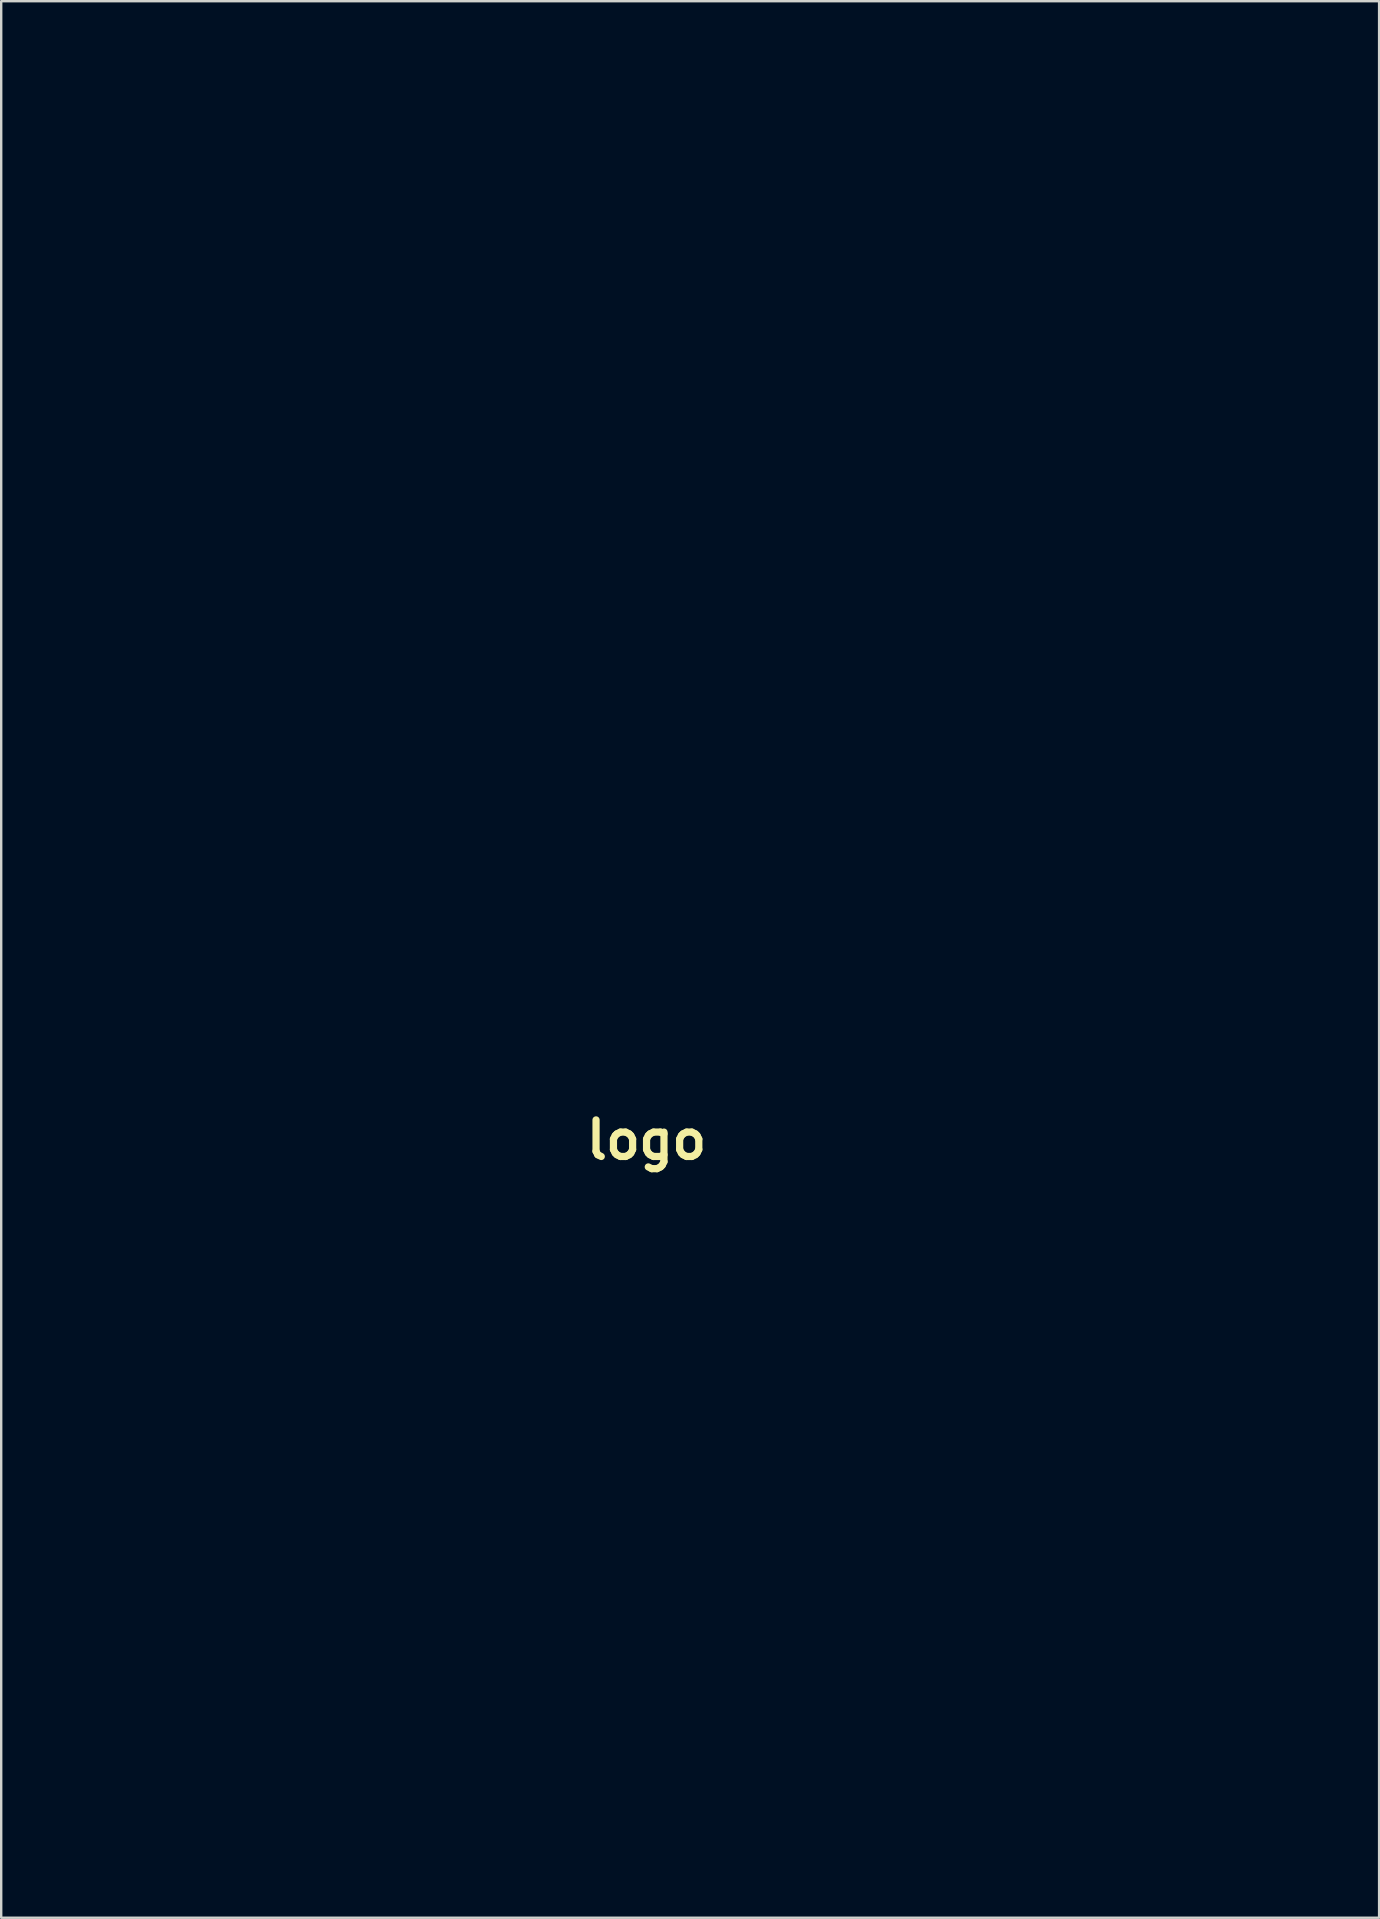
<source format=kicad_pcb>
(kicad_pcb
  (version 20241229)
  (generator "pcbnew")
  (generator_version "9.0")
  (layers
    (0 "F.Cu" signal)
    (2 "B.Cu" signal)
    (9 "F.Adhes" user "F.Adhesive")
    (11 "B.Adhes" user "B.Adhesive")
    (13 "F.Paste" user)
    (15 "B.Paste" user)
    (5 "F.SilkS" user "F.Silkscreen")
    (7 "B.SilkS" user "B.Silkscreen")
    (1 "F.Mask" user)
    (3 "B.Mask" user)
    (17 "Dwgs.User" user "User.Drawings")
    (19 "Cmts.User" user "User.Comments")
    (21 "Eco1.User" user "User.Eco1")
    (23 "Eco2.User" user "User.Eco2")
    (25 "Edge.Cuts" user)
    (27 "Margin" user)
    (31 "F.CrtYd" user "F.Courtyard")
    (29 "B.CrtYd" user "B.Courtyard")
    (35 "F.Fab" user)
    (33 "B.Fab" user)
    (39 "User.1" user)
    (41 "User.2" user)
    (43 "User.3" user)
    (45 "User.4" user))
  (footprint "logo"
    (layer "F.Cu")
    (at 23.892 44.452)
    (property "Reference" "logo" (at 0 0 0) (layer "F.SilkS") (effects (font (size 1.524 1.524) (thickness 0.3))))
    (attr through_hole)
    (fp_poly (pts (xy 20.96 -43.583) (xy 21.394 -41.584) (xy 21.685 -39.42) (xy 21.801 -37.336) (xy 21.801 -37.173) (xy 21.802 -35.082) (xy 17.48 -23.732) (xy 16.494 -21.134) (xy 15.656 -18.906) (xy 14.958 -17.026) (xy 14.392 -15.473) (xy 13.951 -14.223) (xy 13.627 -13.253) (xy 13.41 -12.541) (xy 13.295 -12.065) (xy 13.271 -11.803) (xy 13.274 -11.788) (xy 13.427 -11.392) (xy 13.627 -11.281) (xy 14.76 -11.673) (xy 15.676 -11.912) (xy 16.544 -12.028) (xy 17.529 -12.046) (xy 18.171 -12.025) (xy 19.214 -11.963) (xy 19.993 -11.857) (xy 20.666 -11.671) (xy 21.391 -11.369) (xy 21.696 -11.225) (xy 23.371 -10.192) (xy 24.798 -8.855) (xy 25.95 -7.27) (xy 26.805 -5.491) (xy 27.336 -3.574) (xy 27.521 -1.573) (xy 27.334 0.456) (xy 27.184 1.134) (xy 26.449 3.322) (xy 25.429 5.226) (xy 24.106 6.861) (xy 22.465 8.246) (xy 20.486 9.396) (xy 18.155 10.327) (xy 17.566 10.513) (xy 14.922 11.308) (xy 8.413 11.316) (xy 1.904 11.324) (xy 1.581 12.488) (xy 1.384 13.138) (xy 1.081 14.065) (xy 0.713 15.15) (xy 0.318 16.274) (xy 0.287 16.362) (xy -0.061 17.359) (xy -0.337 18.207) (xy -0.518 18.83) (xy -0.582 19.153) (xy -0.576 19.179) (xy -0.449 19.043) (xy -0.179 18.594) (xy 0.193 17.901) (xy 0.628 17.034) (xy 0.645 16.999) (xy 1.14 15.983) (xy 1.483 15.29) (xy 1.706 14.865) (xy 1.845 14.65) (xy 1.931 14.59) (xy 1.999 14.628) (xy 2.035 14.664) (xy 2.049 14.936) (xy 1.929 15.514) (xy 1.7 16.31) (xy 1.391 17.239) (xy 1.03 18.216) (xy 0.642 19.154) (xy 0.514 19.44) (xy -0.465 21.27) (xy -1.678 22.977) (xy -3.198 24.657) (xy -3.913 25.349) (xy -5.797 26.884) (xy -7.8 28.091) (xy -9.849 28.929) (xy -10.469 29.104) (xy -11.865 29.336) (xy -13.43 29.405) (xy -14.99 29.314) (xy -16.37 29.065) (xy -16.655 28.983) (xy -18.506 28.18) (xy -20.157 27.025) (xy -21.566 25.559) (xy -22.692 23.823) (xy -23.294 22.458) (xy -23.619 21.521) (xy -23.807 20.796) (xy -23.887 20.106) (xy -23.886 19.271) (xy -23.863 18.733) (xy -23.824 18.333) (xy -19.616 18.333) (xy -19.607 19.904) (xy -19.348 21.022) (xy -18.869 21.98) (xy -18.117 22.98) (xy -17.207 23.894) (xy -16.252 24.593) (xy -16.11 24.673) (xy -15.598 24.921) (xy -15.118 25.07) (xy -14.543 25.139) (xy -13.747 25.148) (xy -13.121 25.133) (xy -12.108 25.086) (xy -11.352 24.994) (xy -10.689 24.817) (xy -9.953 24.518) (xy -9.446 24.283) (xy -7.861 23.34) (xy -6.285 22.045) (xy -4.789 20.464) (xy -3.444 18.664) (xy -3.387 18.577) (xy -2.88 17.828) (xy -2.452 17.251) (xy -2.155 16.913) (xy -2.051 16.858) (xy -1.918 16.725) (xy -1.637 16.273) (xy -1.245 15.563) (xy -0.775 14.659) (xy -0.524 14.156) (xy 0.873 11.324) (xy -0.251 11.147) (xy -1.082 11.069) (xy -2.244 11.032) (xy -3.646 11.032) (xy -5.199 11.066) (xy -6.813 11.129) (xy -8.398 11.22) (xy -9.863 11.333) (xy -11.118 11.466) (xy -12.074 11.615) (xy -12.09 11.618) (xy -14.098 12.157) (xy -15.822 12.894) (xy -17.225 13.81) (xy -18.272 14.882) (xy -18.506 15.222) (xy -19.245 16.747) (xy -19.616 18.333) (xy -23.824 18.333) (xy -23.709 17.152) (xy -23.382 15.806) (xy -22.827 14.527) (xy -22.066 13.262) (xy -20.744 11.646) (xy -19.076 10.264) (xy -17.073 9.124) (xy -14.748 8.234) (xy -13.699 7.941) (xy -12.185 7.598) (xy -10.666 7.342) (xy -9.067 7.168) (xy -7.311 7.069) (xy -5.324 7.041) (xy -3.028 7.078) (xy -1.799 7.118) (xy -0.141 7.169) (xy 1.812 7.215) (xy 3.934 7.253) (xy 6.096 7.282) (xy 8.171 7.299) (xy 9.525 7.303) (xy 11.53 7.298) (xy 13.17 7.278) (xy 14.505 7.237) (xy 15.594 7.165) (xy 16.497 7.057) (xy 17.271 6.903) (xy 17.976 6.698) (xy 18.672 6.432) (xy 19.417 6.1) (xy 19.585 6.021) (xy 20.983 5.134) (xy 22.199 3.916) (xy 23.183 2.434) (xy 23.886 0.758) (xy 24.18 -0.457) (xy 24.295 -1.339) (xy 24.284 -2.084) (xy 24.135 -2.92) (xy 24.054 -3.256) (xy 23.472 -5.069) (xy 22.712 -6.527) (xy 21.746 -7.671) (xy 20.542 -8.542) (xy 20.037 -8.8) (xy 18.624 -9.23) (xy 17.052 -9.276) (xy 15.396 -8.963) (xy 14.708 -8.752) (xy 14.349 -8.572) (xy 14.239 -8.366) (xy 14.266 -8.17) (xy 14.371 -7.745) (xy 14.535 -7.056) (xy 14.723 -6.251) (xy 14.725 -6.244) (xy 15.068 -4.763) (xy 12.912 0.741) (xy 12.35 2.171) (xy 11.84 3.467) (xy 11.4 4.577) (xy 11.051 5.452) (xy 10.814 6.04) (xy 10.708 6.292) (xy 10.705 6.297) (xy 10.622 6.127) (xy 10.428 5.625) (xy 10.148 4.858) (xy 9.807 3.894) (xy 9.627 3.375) (xy 9.256 2.324) (xy 8.924 1.423) (xy 8.657 0.745) (xy 8.485 0.361) (xy 8.445 0.304) (xy 8.307 0.439) (xy 8.092 0.883) (xy 7.847 1.542) (xy 7.84 1.562) (xy 7.529 2.301) (xy 7.045 3.237) (xy 6.465 4.241) (xy 5.864 5.184) (xy 5.319 5.937) (xy 5.082 6.213) (xy 4.825 6.215) (xy 4.275 6.079) (xy 3.528 5.839) (xy 2.675 5.531) (xy 1.812 5.191) (xy 1.031 4.855) (xy 0.427 4.559) (xy 0.092 4.338) (xy 0.058 4.291) (xy 0.044 3.943) (xy 0.111 3.287) (xy 0.241 2.424) (xy 0.416 1.456) (xy 0.617 0.486) (xy 0.827 -0.383) (xy 0.981 -0.913) (xy 1.153 -1.513) (xy 1.226 -1.929) (xy 1.212 -2.034) (xy 1.006 -1.964) (xy 0.502 -1.707) (xy -0.238 -1.296) (xy -1.152 -0.766) (xy -1.867 -0.341) (xy -2.899 0.28) (xy -3.829 0.836) (xy -4.586 1.285) (xy -5.098 1.585) (xy -5.263 1.678) (xy -5.443 1.744) (xy -5.503 1.647) (xy -5.433 1.328) (xy -5.219 0.724) (xy -4.961 0.052) (xy -4.659 -0.724) (xy -4.241 -1.8) (xy -3.744 -3.081) (xy -3.205 -4.473) (xy -2.66 -5.881) (xy -2.585 -6.074) (xy -0.931 -10.349) (xy -0.76 -10.469) (xy 13.633 -10.469) (xy 13.671 -10.299) (xy 13.789 -9.955) (xy 13.945 -9.789) (xy 14.245 -9.781) (xy 14.794 -9.913) (xy 15.195 -10.025) (xy 16.925 -10.341) (xy 18.596 -10.324) (xy 20.114 -9.975) (xy 20.462 -9.836) (xy 21.247 -9.452) (xy 21.983 -9.031) (xy 22.359 -8.777) (xy 22.84 -8.446) (xy 23.194 -8.266) (xy 23.251 -8.255) (xy 23.522 -8.087) (xy 23.926 -7.649) (xy 24.391 -7.036) (xy 24.841 -6.347) (xy 25.131 -5.821) (xy 25.736 -4.18) (xy 25.991 -2.359) (xy 25.968 -0.977) (xy 25.893 -0.104) (xy 25.804 0.653) (xy 25.719 1.157) (xy 25.704 1.217) (xy 25.669 1.583) (xy 25.769 1.693) (xy 25.919 1.504) (xy 26.093 1.013) (xy 26.217 0.494) (xy 26.447 -1.619) (xy 26.286 -3.666) (xy 25.74 -5.593) (xy 25.381 -6.386) (xy 25.061 -6.901) (xy 24.548 -7.606) (xy 23.934 -8.376) (xy 23.695 -8.658) (xy 22.856 -9.559) (xy 22.081 -10.21) (xy 21.223 -10.729) (xy 20.992 -10.845) (xy 20.251 -11.186) (xy 19.64 -11.392) (xy 19 -11.497) (xy 18.169 -11.532) (xy 17.674 -11.535) (xy 16.134 -11.46) (xy 14.919 -11.23) (xy 14.65 -11.145) (xy 14.013 -10.902) (xy 13.701 -10.7) (xy 13.633 -10.469) (xy -0.76 -10.469) (xy 2.445 -12.718) (xy 3.488 -13.451) (xy 4.406 -14.095) (xy 5.144 -14.615) (xy 5.65 -14.971) (xy 5.87 -15.126) (xy 5.874 -15.129) (xy 5.952 -15.331) (xy 6.158 -15.896) (xy 6.479 -16.788) (xy 6.902 -17.973) (xy 7.414 -19.413) (xy 8.003 -21.073) (xy 8.655 -22.918) (xy 9.359 -24.91) (xy 9.874 -26.37) (xy 10.618 -28.473) (xy 11.334 -30.474) (xy 12.006 -32.334) (xy 12.62 -34.013) (xy 13.161 -35.474) (xy 13.616 -36.676) (xy 13.97 -37.581) (xy 14.208 -38.15) (xy 14.292 -38.319) (xy 15.059 -39.353) (xy 16.117 -40.518) (xy 17.39 -41.736) (xy 18.802 -42.928) (xy 18.853 -42.969) (xy 20.728 -44.447) (xy 20.96 -43.583)) (stroke (width 0.01) (type solid)) (fill no) (layer "Eco2.User")))
  (gr_rect
    (start -3 -3)
    (end 54.418 76.863)
    (stroke (width 0.1) (type default))
    (fill no)
    (layer "Edge.Cuts")))
</source>
